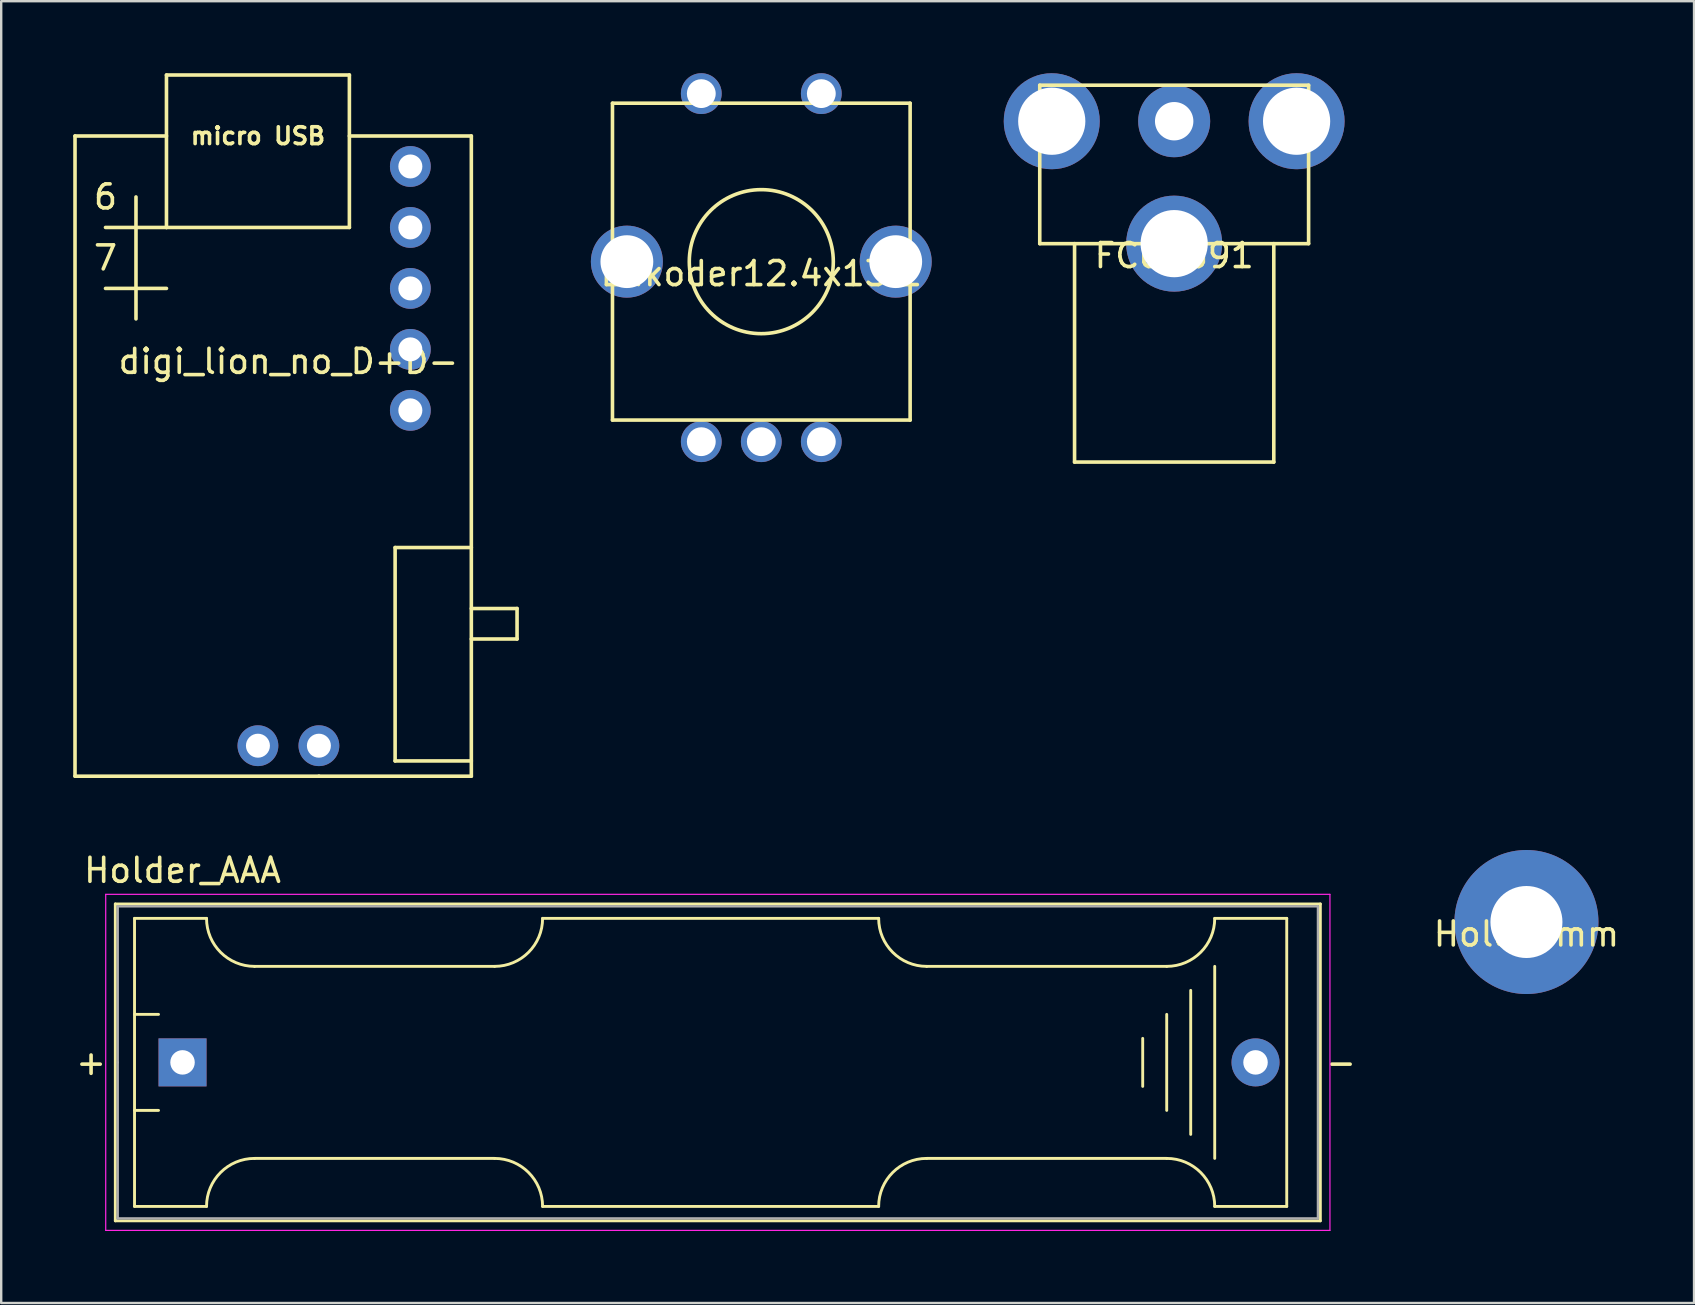
<source format=kicad_pcb>
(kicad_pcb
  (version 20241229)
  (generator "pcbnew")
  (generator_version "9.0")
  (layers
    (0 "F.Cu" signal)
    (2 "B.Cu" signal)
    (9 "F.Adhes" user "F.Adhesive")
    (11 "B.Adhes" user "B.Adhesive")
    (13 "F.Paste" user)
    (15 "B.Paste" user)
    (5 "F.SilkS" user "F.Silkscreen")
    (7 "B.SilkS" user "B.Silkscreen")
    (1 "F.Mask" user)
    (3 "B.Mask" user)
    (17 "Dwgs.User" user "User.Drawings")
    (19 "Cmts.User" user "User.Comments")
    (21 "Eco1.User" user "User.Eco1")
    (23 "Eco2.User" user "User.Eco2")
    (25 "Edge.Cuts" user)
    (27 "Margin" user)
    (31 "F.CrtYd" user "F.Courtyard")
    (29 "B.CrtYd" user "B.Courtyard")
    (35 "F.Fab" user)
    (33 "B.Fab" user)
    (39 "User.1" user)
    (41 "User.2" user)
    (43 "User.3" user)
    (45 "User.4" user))
  (footprint "Enkoder12.4x13.2"
    (layer "F.Cu")
    (at 28.665 7.85)
    (property "Reference" "Enkoder12.4x13.2" (at 0 0.5 0) (layer "F.SilkS") (effects (font (size 1 1) (thickness 0.15))))
    (attr through_hole)
    (fp_line (start -6.2 -6.6) (end 6.2 -6.6) (stroke (width 0.15) (type solid)) (layer "F.SilkS"))
    (fp_line (start -6.2 6.6) (end -6.2 -6.6) (stroke (width 0.15) (type solid)) (layer "F.SilkS"))
    (fp_line (start 6.2 -6.6) (end 6.2 6.6) (stroke (width 0.15) (type solid)) (layer "F.SilkS"))
    (fp_line (start 6.2 6.6) (end -6.2 6.6) (stroke (width 0.15) (type solid)) (layer "F.SilkS"))
    (fp_circle (center 0 0) (end 3 0) (stroke (width 0.15) (type solid)) (fill no) (layer "F.SilkS"))
    (pad "0" thru_hole circle (at -5.6 0) (size 3 3) (drill 2.2) (layers "*.Cu" "*.Mask"))
    (pad "0" thru_hole circle (at 5.6 0) (size 3 3) (drill 2.2) (layers "*.Cu" "*.Mask"))
    (pad "1" thru_hole circle (at -2.5 7.5) (size 1.7 1.7) (drill 1.2) (layers "*.Cu" "*.Mask"))
    (pad "2" thru_hole circle (at 0 7.5) (size 1.7 1.7) (drill 1.2) (layers "*.Cu" "*.Mask"))
    (pad "3" thru_hole circle (at 2.5 7.5) (size 1.7 1.7) (drill 1.2) (layers "*.Cu" "*.Mask"))
    (pad "4" thru_hole circle (at -2.5 -7) (size 1.7 1.7) (drill 1.2) (layers "*.Cu" "*.Mask"))
    (pad "5" thru_hole circle (at 2.5 -7) (size 1.7 1.7) (drill 1.2) (layers "*.Cu" "*.Mask")))
  (footprint "FC68391"
    (layer "F.Cu")
    (at 45.865 7.1)
    (property "Reference" "FC68391" (at 0 0.5 0) (layer "F.SilkS") (effects (font (size 1 1) (thickness 0.15))))
    (attr through_hole)
    (fp_line (start -5.6 -6.6) (end 5.6 -6.6) (stroke (width 0.15) (type solid)) (layer "F.SilkS"))
    (fp_line (start -5.6 0) (end -5.6 -6.6) (stroke (width 0.15) (type solid)) (layer "F.SilkS"))
    (fp_line (start -4.15 0) (end -4.15 9.1) (stroke (width 0.15) (type solid)) (layer "F.SilkS"))
    (fp_line (start -4.15 9.1) (end 4.15 9.1) (stroke (width 0.15) (type solid)) (layer "F.SilkS"))
    (fp_line (start 4.15 9.1) (end 4.15 0) (stroke (width 0.15) (type solid)) (layer "F.SilkS"))
    (fp_line (start 5.6 -6.6) (end 5.6 0) (stroke (width 0.15) (type solid)) (layer "F.SilkS"))
    (fp_line (start 5.6 0) (end -5.6 0) (stroke (width 0.15) (type solid)) (layer "F.SilkS"))
    (pad "1" thru_hole circle (at 0 -5.1) (size 3 3) (drill 1.6) (layers "*.Cu" "*.Mask"))
    (pad "2" thru_hole circle (at -5.1 -5.1) (size 4 4) (drill 2.8) (layers "*.Cu" "*.Mask"))
    (pad "2" thru_hole circle (at 0 0) (size 4 4) (drill 2.8) (layers "*.Cu" "*.Mask"))
    (pad "2" thru_hole circle (at 5.1 -5.1) (size 4 4) (drill 2.8) (layers "*.Cu" "*.Mask")))
  (footprint "Holder_AAA"
    (layer "F.Cu")
    (at 4.554 41.208)
    (property "Reference" "Holder_AAA" (at 0 -8 180) (layer "F.SilkS") (effects (font (size 1 1) (thickness 0.15))))
    (attr through_hole)
    (fp_line (start -2.8 -6.6) (end -2.8 6.6) (stroke (width 0.12) (type solid)) (layer "F.SilkS"))
    (fp_line (start -2.8 6.6) (end 47.4 6.6) (stroke (width 0.12) (type solid)) (layer "F.SilkS"))
    (fp_line (start -2 -6) (end -2 6) (stroke (width 0.12) (type solid)) (layer "F.SilkS"))
    (fp_line (start -2 -6) (end 1 -6) (stroke (width 0.12) (type solid)) (layer "F.SilkS"))
    (fp_line (start -2 -2) (end -1 -2) (stroke (width 0.12) (type solid)) (layer "F.SilkS"))
    (fp_line (start -2 6) (end 1 6) (stroke (width 0.12) (type solid)) (layer "F.SilkS"))
    (fp_line (start -1 2) (end -2 2) (stroke (width 0.12) (type solid)) (layer "F.SilkS"))
    (fp_line (start 3 -4) (end 13 -4) (stroke (width 0.12) (type solid)) (layer "F.SilkS"))
    (fp_line (start 3 4) (end 13 4) (stroke (width 0.12) (type solid)) (layer "F.SilkS"))
    (fp_line (start 15 6) (end 29 6) (stroke (width 0.12) (type solid)) (layer "F.SilkS"))
    (fp_line (start 29 -6) (end 15 -6) (stroke (width 0.12) (type solid)) (layer "F.SilkS"))
    (fp_line (start 40 -1) (end 40 1) (stroke (width 0.12) (type solid)) (layer "F.SilkS"))
    (fp_line (start 41 -4) (end 31 -4) (stroke (width 0.12) (type solid)) (layer "F.SilkS"))
    (fp_line (start 41 -2) (end 41 2) (stroke (width 0.12) (type solid)) (layer "F.SilkS"))
    (fp_line (start 41 4) (end 31 4) (stroke (width 0.12) (type solid)) (layer "F.SilkS"))
    (fp_line (start 42 3) (end 42 -3) (stroke (width 0.12) (type solid)) (layer "F.SilkS"))
    (fp_line (start 43 -4) (end 43 4) (stroke (width 0.12) (type solid)) (layer "F.SilkS"))
    (fp_line (start 46 -6) (end 43 -6) (stroke (width 0.12) (type solid)) (layer "F.SilkS"))
    (fp_line (start 46 -6) (end 46 6) (stroke (width 0.12) (type solid)) (layer "F.SilkS"))
    (fp_line (start 46 6) (end 43 6) (stroke (width 0.12) (type solid)) (layer "F.SilkS"))
    (fp_line (start 47.4 -6.6) (end -2.8 -6.6) (stroke (width 0.12) (type solid)) (layer "F.SilkS"))
    (fp_line (start 47.4 6.6) (end 47.4 -6.6) (stroke (width 0.12) (type solid)) (layer "F.SilkS"))
    (fp_arc (start 1 6) (mid 1.585786 4.585786) (end 3 4) (stroke (width 0.12) (type solid)) (layer "F.SilkS"))
    (fp_arc (start 3 -4) (mid 1.585786 -4.585786) (end 1 -6) (stroke (width 0.12) (type solid)) (layer "F.SilkS"))
    (fp_arc (start 13 4) (mid 14.414214 4.585786) (end 15 6) (stroke (width 0.12) (type solid)) (layer "F.SilkS"))
    (fp_arc (start 15 -6) (mid 14.414214 -4.585786) (end 13 -4) (stroke (width 0.12) (type solid)) (layer "F.SilkS"))
    (fp_arc (start 29 6) (mid 29.585786 4.585786) (end 31 4) (stroke (width 0.12) (type solid)) (layer "F.SilkS"))
    (fp_arc (start 31 -4) (mid 29.585786 -4.585786) (end 29 -6) (stroke (width 0.12) (type solid)) (layer "F.SilkS"))
    (fp_arc (start 41 4) (mid 42.414214 4.585786) (end 43 6) (stroke (width 0.12) (type solid)) (layer "F.SilkS"))
    (fp_arc (start 43 -6) (mid 42.414214 -4.585786) (end 41 -4) (stroke (width 0.12) (type solid)) (layer "F.SilkS"))
    (fp_line (start -3.2 -7) (end -3.2 7) (stroke (width 0.05) (type solid)) (layer "F.CrtYd"))
    (fp_line (start -3.2 7) (end 47.8 7) (stroke (width 0.05) (type solid)) (layer "F.CrtYd"))
    (fp_line (start 47.8 -7) (end -3.2 -7) (stroke (width 0.05) (type solid)) (layer "F.CrtYd"))
    (fp_line (start 47.8 7) (end 47.8 -7) (stroke (width 0.05) (type solid)) (layer "F.CrtYd"))
    (fp_line (start -2.7 -6.5) (end 47.3 -6.5) (stroke (width 0.1) (type solid)) (layer "F.Fab"))
    (fp_line (start -2.7 0) (end -2.7 -6.5) (stroke (width 0.1) (type solid)) (layer "F.Fab"))
    (fp_line (start -2.7 6.5) (end -2.7 0) (stroke (width 0.1) (type solid)) (layer "F.Fab"))
    (fp_line (start 47.3 -6.5) (end 47.3 6.5) (stroke (width 0.1) (type solid)) (layer "F.Fab"))
    (fp_line (start 47.3 6.5) (end -2.7 6.5) (stroke (width 0.1) (type solid)) (layer "F.Fab"))
    (fp_text user "+" (at -3.81 0 0) (layer "F.SilkS") (effects (font (size 1 1) (thickness 0.15))))
    (fp_text user "-" (at 48.26 0 0) (layer "F.SilkS") (effects (font (size 1 1) (thickness 0.15))))
    (pad "1" thru_hole rect (at 0 0) (size 2 2) (drill 1.02) (layers "*.Cu" "*.Mask"))
    (pad "2" thru_hole circle (at 44.7 0) (size 2 2) (drill 1.02) (layers "*.Cu" "*.Mask")))
  (footprint "digi_lion_no_D+D-"
    (layer "F.Cu")
    (at 7.695 11.505)
    (property "Reference" "digi_lion_no_D+D-" (at 1.27 0.5 0) (layer "F.SilkS") (effects (font (size 1 1) (thickness 0.15))))
    (attr through_hole)
    (fp_line (start -7.62 -8.89) (end -7.62 17.78) (stroke (width 0.15) (type solid)) (layer "F.SilkS"))
    (fp_line (start -7.62 17.78) (end 2.54 17.78) (stroke (width 0.15) (type solid)) (layer "F.SilkS"))
    (fp_line (start -6.35 -5.08) (end -3.81 -5.08) (stroke (width 0.15) (type solid)) (layer "F.SilkS"))
    (fp_line (start -6.35 -2.54) (end -3.81 -2.54) (stroke (width 0.15) (type solid)) (layer "F.SilkS"))
    (fp_line (start -5.08 -6.35) (end -5.08 -1.27) (stroke (width 0.15) (type solid)) (layer "F.SilkS"))
    (fp_line (start -3.81 -11.43) (end -3.81 -5.08) (stroke (width 0.15) (type solid)) (layer "F.SilkS"))
    (fp_line (start -3.81 -8.89) (end -7.62 -8.89) (stroke (width 0.15) (type solid)) (layer "F.SilkS"))
    (fp_line (start -3.81 -5.08) (end 3.81 -5.08) (stroke (width 0.15) (type solid)) (layer "F.SilkS"))
    (fp_line (start 2.54 17.78) (end 8.89 17.78) (stroke (width 0.15) (type solid)) (layer "F.SilkS"))
    (fp_line (start 3.81 -11.43) (end -3.81 -11.43) (stroke (width 0.15) (type solid)) (layer "F.SilkS"))
    (fp_line (start 3.81 -5.08) (end 3.81 -11.43) (stroke (width 0.15) (type solid)) (layer "F.SilkS"))
    (fp_line (start 5.715 8.255) (end 8.89 8.255) (stroke (width 0.15) (type solid)) (layer "F.SilkS"))
    (fp_line (start 5.715 17.145) (end 5.715 8.255) (stroke (width 0.15) (type solid)) (layer "F.SilkS"))
    (fp_line (start 8.89 -8.89) (end 3.81 -8.89) (stroke (width 0.15) (type solid)) (layer "F.SilkS"))
    (fp_line (start 8.89 12.065) (end 10.795 12.065) (stroke (width 0.15) (type solid)) (layer "F.SilkS"))
    (fp_line (start 8.89 17.145) (end 5.715 17.145) (stroke (width 0.15) (type solid)) (layer "F.SilkS"))
    (fp_line (start 8.89 17.78) (end 8.89 -8.89) (stroke (width 0.15) (type solid)) (layer "F.SilkS"))
    (fp_line (start 10.795 10.795) (end 8.89 10.795) (stroke (width 0.15) (type solid)) (layer "F.SilkS"))
    (fp_line (start 10.795 12.065) (end 10.795 10.795) (stroke (width 0.15) (type solid)) (layer "F.SilkS"))
    (fp_text user "micro USB" (at 0 -8.89 0) (layer "F.SilkS") (effects (font (size 0.7 0.7) (thickness 0.15))))
    (fp_text user "6" (at -6.35 -6.35 0) (layer "F.SilkS") (effects (font (size 1 1) (thickness 0.15))))
    (fp_text user "7" (at -6.35 -3.81 0) (layer "F.SilkS") (effects (font (size 1 1) (thickness 0.15))))
    (pad "1" thru_hole circle (at 6.35 -7.62) (size 1.7 1.7) (drill 1) (layers "*.Cu" "*.Mask"))
    (pad "2" thru_hole circle (at 6.35 -5.08) (size 1.7 1.7) (drill 1) (layers "*.Cu" "*.Mask"))
    (pad "3" thru_hole circle (at 6.35 -2.54) (size 1.7 1.7) (drill 1) (layers "*.Cu" "*.Mask"))
    (pad "4" thru_hole circle (at 6.35 0) (size 1.7 1.7) (drill 1) (layers "*.Cu" "*.Mask"))
    (pad "5" thru_hole circle (at 6.35 2.54) (size 1.7 1.7) (drill 1) (layers "*.Cu" "*.Mask"))
    (pad "8" thru_hole circle (at 2.54 16.51) (size 1.7 1.7) (drill 1) (layers "*.Cu" "*.Mask"))
    (pad "9" thru_hole circle (at 0 16.51) (size 1.7 1.7) (drill 1) (layers "*.Cu" "*.Mask")))
  (footprint "Hole_3mm"
    (layer "F.Cu")
    (at 60.54 35.36)
    (property "Reference" "Hole_3mm" (at 0 0.5 0) (layer "F.SilkS") (effects (font (size 1 1) (thickness 0.15))))
    (attr through_hole)
    (pad "2" thru_hole circle (at 0 0) (size 6 6) (drill 3) (layers "*.Cu" "*.Mask")))
  (gr_rect
    (start -3 -3)
    (end 67.522 51.233)
    (stroke (width 0.1) (type default))
    (fill no)
    (layer "Edge.Cuts")))
</source>
